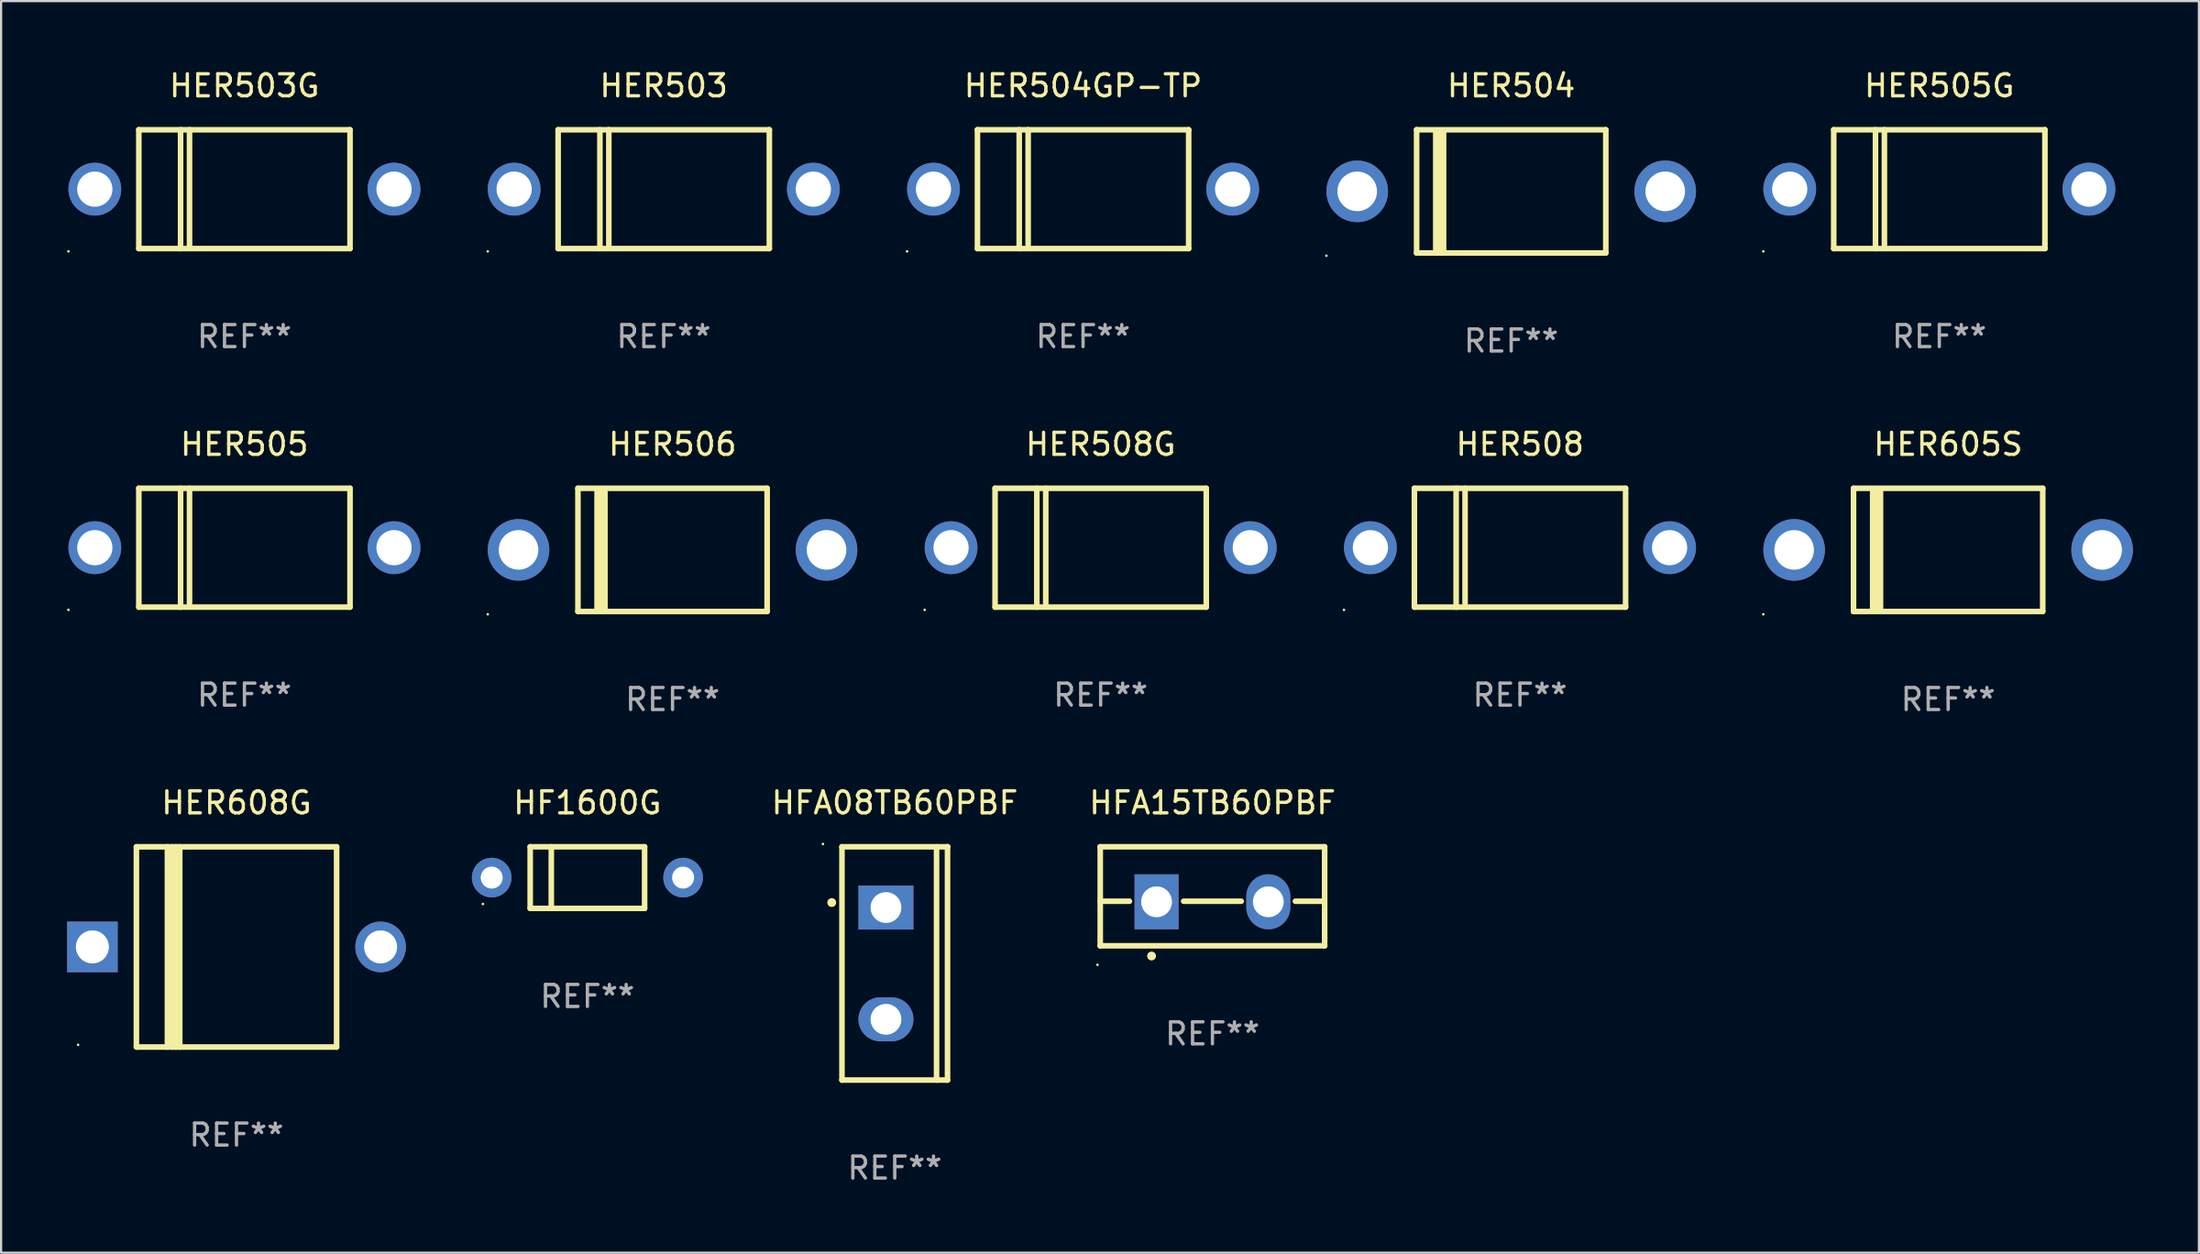
<source format=kicad_pcb>
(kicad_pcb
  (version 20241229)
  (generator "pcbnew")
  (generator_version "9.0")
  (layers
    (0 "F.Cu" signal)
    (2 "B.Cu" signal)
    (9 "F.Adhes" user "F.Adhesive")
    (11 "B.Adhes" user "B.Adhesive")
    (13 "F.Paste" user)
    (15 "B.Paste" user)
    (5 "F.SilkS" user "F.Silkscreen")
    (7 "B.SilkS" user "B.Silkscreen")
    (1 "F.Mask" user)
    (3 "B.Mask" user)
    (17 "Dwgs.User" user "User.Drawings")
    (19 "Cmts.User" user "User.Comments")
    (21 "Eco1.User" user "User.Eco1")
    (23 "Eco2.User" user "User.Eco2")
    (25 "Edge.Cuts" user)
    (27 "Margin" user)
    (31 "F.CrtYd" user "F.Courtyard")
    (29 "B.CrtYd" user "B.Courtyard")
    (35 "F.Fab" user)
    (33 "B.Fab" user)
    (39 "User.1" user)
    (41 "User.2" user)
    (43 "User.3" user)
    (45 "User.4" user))
  (footprint "HFA15TB60PBF"
    (layer "F.Cu")
    (at 52.061 37.691)
    (property "Reference" "HFA15TB60PBF" (at 0 -4.25 0) (layer "F.SilkS") (effects (font (size 1 1) (thickness 0.15))))
    (attr through_hole)
    (fp_line (start -5.1 -2.25) (end -5.1 2.25) (stroke (width 0.254) (type solid)) (layer "F.SilkS"))
    (fp_line (start -5.1 0.224) (end -3.772 0.224) (stroke (width 0.254) (type solid)) (layer "F.SilkS"))
    (fp_line (start -5.1 2.25) (end 5.1 2.25) (stroke (width 0.254) (type solid)) (layer "F.SilkS"))
    (fp_line (start -1.308 0.224) (end 1.309 0.224) (stroke (width 0.254) (type solid)) (layer "F.SilkS"))
    (fp_line (start 3.771 0.224) (end 5.1 0.224) (stroke (width 0.254) (type solid)) (layer "F.SilkS"))
    (fp_line (start 5.1 -2.25) (end -5.1 -2.25) (stroke (width 0.254) (type solid)) (layer "F.SilkS"))
    (fp_line (start 5.1 -2.25) (end 5.1 2.25) (stroke (width 0.254) (type solid)) (layer "F.SilkS"))
    (fp_arc (start -2.768606 2.713805) (mid -2.767336 2.713801) (end -2.766066 2.713805) (stroke (width 0.4) (type solid)) (layer "F.SilkS"))
    (fp_circle (center -5.227 3.114) (end -5.197 3.114) (stroke (width 0.06) (type solid)) (fill no) (layer "F.SilkS"))
    (fp_text user "REF**" (at 0 6.25 0) (layer "F.Fab") (effects (font (size 1 1) (thickness 0.15))))
    (pad "1" thru_hole rect (at -2.54 0.25) (size 2 2.5) (drill 1.4) (layers "*.Cu" "*.Mask"))
    (pad "3" thru_hole oval (at 2.54 0.25) (size 2 2.5) (drill 1.4) (layers "*.Cu" "*.Mask")))
  (footprint "HER506"
    (layer "F.Cu")
    (at 27.52 21.945)
    (property "Reference" "HER506" (at 0 -4.8 0) (layer "F.SilkS") (effects (font (size 1 1) (thickness 0.15))))
    (attr through_hole)
    (fp_line (start -4.3 -2.8) (end -4.3 2.8) (stroke (width 0.254) (type solid)) (layer "F.SilkS"))
    (fp_line (start -4.3 -2.8) (end 4.3 -2.8) (stroke (width 0.254) (type solid)) (layer "F.SilkS"))
    (fp_line (start -4.3 2.8) (end 4.3 2.8) (stroke (width 0.254) (type solid)) (layer "F.SilkS"))
    (fp_line (start -3.442 2.667) (end -3.442 -2.667) (stroke (width 0.229) (type solid)) (layer "F.SilkS"))
    (fp_line (start -3.315 2.667) (end -3.315 -2.667) (stroke (width 0.229) (type solid)) (layer "F.SilkS"))
    (fp_line (start -3.188 2.667) (end -3.188 -2.667) (stroke (width 0.229) (type solid)) (layer "F.SilkS"))
    (fp_line (start -3.061 2.667) (end -3.061 -2.667) (stroke (width 0.229) (type solid)) (layer "F.SilkS"))
    (fp_line (start 4.3 -2.8) (end 4.3 2.8) (stroke (width 0.254) (type solid)) (layer "F.SilkS"))
    (fp_circle (center -8.4 2.927) (end -8.37 2.927) (stroke (width 0.06) (type solid)) (fill no) (layer "F.SilkS"))
    (fp_text user "REF**" (at 0 6.8 0) (layer "F.Fab") (effects (font (size 1 1) (thickness 0.15))))
    (pad "1" thru_hole circle (at -7 0) (size 2.8 2.8) (drill 1.8) (layers "*.Cu" "*.Mask"))
    (pad "2" thru_hole circle (at 7 0) (size 2.8 2.8) (drill 1.8) (layers "*.Cu" "*.Mask")))
  (footprint "HER608G"
    (layer "F.Cu")
    (at 7.7 39.992)
    (property "Reference" "HER608G" (at 0 -6.551 0) (layer "F.SilkS") (effects (font (size 1 1) (thickness 0.15))))
    (attr through_hole)
    (fp_line (start -4.55 -4.55) (end -4.55 4.55) (stroke (width 0.254) (type solid)) (layer "F.SilkS"))
    (fp_line (start -4.55 -4.55) (end 4.55 -4.55) (stroke (width 0.254) (type solid)) (layer "F.SilkS"))
    (fp_line (start -3.14 4.55) (end -3.14 -4.551) (stroke (width 0.254) (type solid)) (layer "F.SilkS"))
    (fp_line (start -2.93 4.55) (end -2.93 -4.551) (stroke (width 0.254) (type solid)) (layer "F.SilkS"))
    (fp_line (start -2.759 4.551) (end -2.759 -4.55) (stroke (width 0.254) (type solid)) (layer "F.SilkS"))
    (fp_line (start -2.58 4.55) (end -2.58 -4.551) (stroke (width 0.254) (type solid)) (layer "F.SilkS"))
    (fp_line (start 4.55 4.55) (end 4.55 -4.55) (stroke (width 0.254) (type solid)) (layer "F.SilkS"))
    (fp_line (start 4.55 4.549) (end -4.55 4.549) (stroke (width 0.254) (type solid)) (layer "F.SilkS"))
    (fp_circle (center -7.2 4.45) (end -7.17 4.45) (stroke (width 0.06) (type solid)) (fill no) (layer "F.SilkS"))
    (fp_text user "REF**" (at 0 8.551 0) (layer "F.Fab") (effects (font (size 1 1) (thickness 0.15))))
    (pad "1" thru_hole rect (at -6.55 -0.000483 180) (size 2.3 2.3) (drill 1.5) (layers "*.Cu" "*.Mask"))
    (pad "2" thru_hole circle (at 6.55 -0.000483) (size 2.3 2.3) (drill 1.5) (layers "*.Cu" "*.Mask")))
  (footprint "HER504GP-TP"
    (layer "F.Cu")
    (at 46.18 5.548)
    (property "Reference" "HER504GP-TP" (at 0 -4.7 0) (layer "F.SilkS") (effects (font (size 1 1) (thickness 0.15))))
    (attr through_hole)
    (fp_line (start -4.8 -2.7) (end -4.8 2.7) (stroke (width 0.254) (type solid)) (layer "F.SilkS"))
    (fp_line (start -4.8 -2.7) (end 4.8 -2.7) (stroke (width 0.254) (type solid)) (layer "F.SilkS"))
    (fp_line (start -2.902 -2.7) (end -2.902 2.7) (stroke (width 0.254) (type solid)) (layer "F.SilkS"))
    (fp_line (start -2.496 -2.7) (end -2.496 2.54) (stroke (width 0.254) (type solid)) (layer "F.SilkS"))
    (fp_line (start 4.8 -2.7) (end 4.8 2.7) (stroke (width 0.254) (type solid)) (layer "F.SilkS"))
    (fp_line (start 4.8 2.7) (end -4.8 2.7) (stroke (width 0.254) (type solid)) (layer "F.SilkS"))
    (fp_circle (center -8 2.827) (end -7.97 2.827) (stroke (width 0.06) (type solid)) (fill no) (layer "F.SilkS"))
    (fp_text user "REF**" (at 0 6.7 0) (layer "F.Fab") (effects (font (size 1 1) (thickness 0.15))))
    (pad "1" thru_hole circle (at -6.8 0) (size 2.4 2.4) (drill 1.6) (layers "*.Cu" "*.Mask"))
    (pad "2" thru_hole circle (at 6.8 0) (size 2.4 2.4) (drill 1.6) (layers "*.Cu" "*.Mask")))
  (footprint "HER605S"
    (layer "F.Cu")
    (at 85.501 21.945)
    (property "Reference" "HER605S" (at 0 -4.8 0) (layer "F.SilkS") (effects (font (size 1 1) (thickness 0.15))))
    (attr through_hole)
    (fp_line (start -4.3 -2.8) (end -4.3 2.8) (stroke (width 0.254) (type solid)) (layer "F.SilkS"))
    (fp_line (start -4.3 -2.8) (end 4.3 -2.8) (stroke (width 0.254) (type solid)) (layer "F.SilkS"))
    (fp_line (start -4.3 2.8) (end 4.3 2.8) (stroke (width 0.254) (type solid)) (layer "F.SilkS"))
    (fp_line (start -3.442 2.667) (end -3.442 -2.667) (stroke (width 0.229) (type solid)) (layer "F.SilkS"))
    (fp_line (start -3.315 2.667) (end -3.315 -2.667) (stroke (width 0.229) (type solid)) (layer "F.SilkS"))
    (fp_line (start -3.188 2.667) (end -3.188 -2.667) (stroke (width 0.229) (type solid)) (layer "F.SilkS"))
    (fp_line (start -3.061 2.667) (end -3.061 -2.667) (stroke (width 0.229) (type solid)) (layer "F.SilkS"))
    (fp_line (start 4.3 -2.8) (end 4.3 2.8) (stroke (width 0.254) (type solid)) (layer "F.SilkS"))
    (fp_circle (center -8.4 2.927) (end -8.37 2.927) (stroke (width 0.06) (type solid)) (fill no) (layer "F.SilkS"))
    (fp_text user "REF**" (at 0 6.8 0) (layer "F.Fab") (effects (font (size 1 1) (thickness 0.15))))
    (pad "1" thru_hole circle (at -7 0) (size 2.8 2.8) (drill 1.8) (layers "*.Cu" "*.Mask"))
    (pad "2" thru_hole circle (at 7 0) (size 2.8 2.8) (drill 1.8) (layers "*.Cu" "*.Mask")))
  (footprint "HER508G"
    (layer "F.Cu")
    (at 46.98 21.845)
    (property "Reference" "HER508G" (at 0 -4.7 0) (layer "F.SilkS") (effects (font (size 1 1) (thickness 0.15))))
    (attr through_hole)
    (fp_line (start -4.8 -2.7) (end -4.8 2.7) (stroke (width 0.254) (type solid)) (layer "F.SilkS"))
    (fp_line (start -4.8 -2.7) (end 4.8 -2.7) (stroke (width 0.254) (type solid)) (layer "F.SilkS"))
    (fp_line (start -2.902 -2.7) (end -2.902 2.7) (stroke (width 0.254) (type solid)) (layer "F.SilkS"))
    (fp_line (start -2.496 -2.7) (end -2.496 2.54) (stroke (width 0.254) (type solid)) (layer "F.SilkS"))
    (fp_line (start 4.8 -2.7) (end 4.8 2.7) (stroke (width 0.254) (type solid)) (layer "F.SilkS"))
    (fp_line (start 4.8 2.7) (end -4.8 2.7) (stroke (width 0.254) (type solid)) (layer "F.SilkS"))
    (fp_circle (center -8 2.827) (end -7.97 2.827) (stroke (width 0.06) (type solid)) (fill no) (layer "F.SilkS"))
    (fp_text user "REF**" (at 0 6.7 0) (layer "F.Fab") (effects (font (size 1 1) (thickness 0.15))))
    (pad "1" thru_hole circle (at -6.8 0) (size 2.4 2.4) (drill 1.6) (layers "*.Cu" "*.Mask"))
    (pad "2" thru_hole circle (at 6.8 0) (size 2.4 2.4) (drill 1.6) (layers "*.Cu" "*.Mask")))
  (footprint "HER505G"
    (layer "F.Cu")
    (at 85.101 5.548)
    (property "Reference" "HER505G" (at 0 -4.7 0) (layer "F.SilkS") (effects (font (size 1 1) (thickness 0.15))))
    (attr through_hole)
    (fp_line (start -4.8 -2.7) (end -4.8 2.7) (stroke (width 0.254) (type solid)) (layer "F.SilkS"))
    (fp_line (start -4.8 -2.7) (end 4.8 -2.7) (stroke (width 0.254) (type solid)) (layer "F.SilkS"))
    (fp_line (start -2.902 -2.7) (end -2.902 2.7) (stroke (width 0.254) (type solid)) (layer "F.SilkS"))
    (fp_line (start -2.496 -2.7) (end -2.496 2.54) (stroke (width 0.254) (type solid)) (layer "F.SilkS"))
    (fp_line (start 4.8 -2.7) (end 4.8 2.7) (stroke (width 0.254) (type solid)) (layer "F.SilkS"))
    (fp_line (start 4.8 2.7) (end -4.8 2.7) (stroke (width 0.254) (type solid)) (layer "F.SilkS"))
    (fp_circle (center -8 2.827) (end -7.97 2.827) (stroke (width 0.06) (type solid)) (fill no) (layer "F.SilkS"))
    (fp_text user "REF**" (at 0 6.7 0) (layer "F.Fab") (effects (font (size 1 1) (thickness 0.15))))
    (pad "1" thru_hole circle (at -6.8 0) (size 2.4 2.4) (drill 1.6) (layers "*.Cu" "*.Mask"))
    (pad "2" thru_hole circle (at 6.8 0) (size 2.4 2.4) (drill 1.6) (layers "*.Cu" "*.Mask")))
  (footprint "HF1600G"
    (layer "F.Cu")
    (at 23.65 36.841)
    (property "Reference" "HF1600G" (at 0 -3.4 0) (layer "F.SilkS") (effects (font (size 1 1) (thickness 0.15))))
    (attr through_hole)
    (fp_line (start -2.6 -1.4) (end -2.6 1.4) (stroke (width 0.254) (type solid)) (layer "F.SilkS"))
    (fp_line (start -2.6 -1.4) (end 2.6 -1.4) (stroke (width 0.254) (type solid)) (layer "F.SilkS"))
    (fp_line (start -2.6 1.4) (end 2.6 1.4) (stroke (width 0.254) (type solid)) (layer "F.SilkS"))
    (fp_line (start -1.641 -1.4) (end -1.641 1.4) (stroke (width 0.254) (type solid)) (layer "F.SilkS"))
    (fp_line (start 2.6 -1.4) (end 2.6 1.4) (stroke (width 0.254) (type solid)) (layer "F.SilkS"))
    (fp_circle (center -4.75 1.2) (end -4.72 1.2) (stroke (width 0.06) (type solid)) (fill no) (layer "F.SilkS"))
    (fp_text user "REF**" (at 0 5.4 0) (layer "F.Fab") (effects (font (size 1 1) (thickness 0.15))))
    (pad "1" thru_hole circle (at -4.35 0) (size 1.8 1.8) (drill 1) (layers "*.Cu" "*.Mask"))
    (pad "2" thru_hole circle (at 4.35 0) (size 1.8 1.8) (drill 1) (layers "*.Cu" "*.Mask")))
  (footprint "HFA08TB60PBF"
    (layer "F.Cu")
    (at 37.62 40.742)
    (property "Reference" "HFA08TB60PBF" (at 0 -7.301 0) (layer "F.SilkS") (effects (font (size 1 1) (thickness 0.15))))
    (attr through_hole)
    (fp_line (start -2.399 -5.301) (end 2.394 -5.301) (stroke (width 0.254) (type solid)) (layer "F.SilkS"))
    (fp_line (start -2.399 5.301) (end -2.399 -5.301) (stroke (width 0.254) (type solid)) (layer "F.SilkS"))
    (fp_line (start 1.9 5.3) (end 1.9 -5.3) (stroke (width 0.254) (type solid)) (layer "F.SilkS"))
    (fp_line (start 2.394 -5.301) (end 2.399 -5.301) (stroke (width 0.254) (type solid)) (layer "F.SilkS"))
    (fp_line (start 2.399 -5.301) (end 2.399 5.301) (stroke (width 0.254) (type solid)) (layer "F.SilkS"))
    (fp_line (start 2.399 5.301) (end -2.399 5.301) (stroke (width 0.254) (type solid)) (layer "F.SilkS"))
    (fp_arc (start -2.863843 -2.766066) (mid -2.863847 -2.767336) (end -2.863843 -2.768606) (stroke (width 0.4) (type solid)) (layer "F.SilkS"))
    (fp_circle (center -3.264 -5.428) (end -3.234 -5.428) (stroke (width 0.06) (type solid)) (fill no) (layer "F.SilkS"))
    (fp_text user "REF**" (at 0 9.301 0) (layer "F.Fab") (effects (font (size 1 1) (thickness 0.15))))
    (pad "1" thru_hole rect (at -0.4 -2.54 270) (size 2 2.5) (drill 1.4) (layers "*.Cu" "*.Mask"))
    (pad "2" thru_hole oval (at -0.4 2.54 270) (size 2 2.5) (drill 1.4) (layers "*.Cu" "*.Mask")))
  (footprint "HER505"
    (layer "F.Cu")
    (at 8.06 21.845)
    (property "Reference" "HER505" (at 0 -4.7 0) (layer "F.SilkS") (effects (font (size 1 1) (thickness 0.15))))
    (attr through_hole)
    (fp_line (start -4.8 -2.7) (end -4.8 2.7) (stroke (width 0.254) (type solid)) (layer "F.SilkS"))
    (fp_line (start -4.8 -2.7) (end 4.8 -2.7) (stroke (width 0.254) (type solid)) (layer "F.SilkS"))
    (fp_line (start -2.902 -2.7) (end -2.902 2.7) (stroke (width 0.254) (type solid)) (layer "F.SilkS"))
    (fp_line (start -2.496 -2.7) (end -2.496 2.54) (stroke (width 0.254) (type solid)) (layer "F.SilkS"))
    (fp_line (start 4.8 -2.7) (end 4.8 2.7) (stroke (width 0.254) (type solid)) (layer "F.SilkS"))
    (fp_line (start 4.8 2.7) (end -4.8 2.7) (stroke (width 0.254) (type solid)) (layer "F.SilkS"))
    (fp_circle (center -8 2.827) (end -7.97 2.827) (stroke (width 0.06) (type solid)) (fill no) (layer "F.SilkS"))
    (fp_text user "REF**" (at 0 6.7 0) (layer "F.Fab") (effects (font (size 1 1) (thickness 0.15))))
    (pad "1" thru_hole circle (at -6.8 0) (size 2.4 2.4) (drill 1.6) (layers "*.Cu" "*.Mask"))
    (pad "2" thru_hole circle (at 6.8 0) (size 2.4 2.4) (drill 1.6) (layers "*.Cu" "*.Mask")))
  (footprint "HER503G"
    (layer "F.Cu")
    (at 8.06 5.548)
    (property "Reference" "HER503G" (at 0 -4.7 0) (layer "F.SilkS") (effects (font (size 1 1) (thickness 0.15))))
    (attr through_hole)
    (fp_line (start -4.8 -2.7) (end -4.8 2.7) (stroke (width 0.254) (type solid)) (layer "F.SilkS"))
    (fp_line (start -4.8 -2.7) (end 4.8 -2.7) (stroke (width 0.254) (type solid)) (layer "F.SilkS"))
    (fp_line (start -2.902 -2.7) (end -2.902 2.7) (stroke (width 0.254) (type solid)) (layer "F.SilkS"))
    (fp_line (start -2.496 -2.7) (end -2.496 2.54) (stroke (width 0.254) (type solid)) (layer "F.SilkS"))
    (fp_line (start 4.8 -2.7) (end 4.8 2.7) (stroke (width 0.254) (type solid)) (layer "F.SilkS"))
    (fp_line (start 4.8 2.7) (end -4.8 2.7) (stroke (width 0.254) (type solid)) (layer "F.SilkS"))
    (fp_circle (center -8 2.827) (end -7.97 2.827) (stroke (width 0.06) (type solid)) (fill no) (layer "F.SilkS"))
    (fp_text user "REF**" (at 0 6.7 0) (layer "F.Fab") (effects (font (size 1 1) (thickness 0.15))))
    (pad "1" thru_hole circle (at -6.8 0) (size 2.4 2.4) (drill 1.6) (layers "*.Cu" "*.Mask"))
    (pad "2" thru_hole circle (at 6.8 0) (size 2.4 2.4) (drill 1.6) (layers "*.Cu" "*.Mask")))
  (footprint "HER504"
    (layer "F.Cu")
    (at 65.641 5.648)
    (property "Reference" "HER504" (at 0 -4.8 0) (layer "F.SilkS") (effects (font (size 1 1) (thickness 0.15))))
    (attr through_hole)
    (fp_line (start -4.3 -2.8) (end -4.3 2.8) (stroke (width 0.254) (type solid)) (layer "F.SilkS"))
    (fp_line (start -4.3 -2.8) (end 4.3 -2.8) (stroke (width 0.254) (type solid)) (layer "F.SilkS"))
    (fp_line (start -4.3 2.8) (end 4.3 2.8) (stroke (width 0.254) (type solid)) (layer "F.SilkS"))
    (fp_line (start -3.442 2.667) (end -3.442 -2.667) (stroke (width 0.229) (type solid)) (layer "F.SilkS"))
    (fp_line (start -3.315 2.667) (end -3.315 -2.667) (stroke (width 0.229) (type solid)) (layer "F.SilkS"))
    (fp_line (start -3.188 2.667) (end -3.188 -2.667) (stroke (width 0.229) (type solid)) (layer "F.SilkS"))
    (fp_line (start -3.061 2.667) (end -3.061 -2.667) (stroke (width 0.229) (type solid)) (layer "F.SilkS"))
    (fp_line (start 4.3 -2.8) (end 4.3 2.8) (stroke (width 0.254) (type solid)) (layer "F.SilkS"))
    (fp_circle (center -8.4 2.927) (end -8.37 2.927) (stroke (width 0.06) (type solid)) (fill no) (layer "F.SilkS"))
    (fp_text user "REF**" (at 0 6.8 0) (layer "F.Fab") (effects (font (size 1 1) (thickness 0.15))))
    (pad "1" thru_hole circle (at -7 0) (size 2.8 2.8) (drill 1.8) (layers "*.Cu" "*.Mask"))
    (pad "2" thru_hole circle (at 7 0) (size 2.8 2.8) (drill 1.8) (layers "*.Cu" "*.Mask")))
  (footprint "HER503"
    (layer "F.Cu")
    (at 27.12 5.548)
    (property "Reference" "HER503" (at 0 -4.7 0) (layer "F.SilkS") (effects (font (size 1 1) (thickness 0.15))))
    (attr through_hole)
    (fp_line (start -4.8 -2.7) (end -4.8 2.7) (stroke (width 0.254) (type solid)) (layer "F.SilkS"))
    (fp_line (start -4.8 -2.7) (end 4.8 -2.7) (stroke (width 0.254) (type solid)) (layer "F.SilkS"))
    (fp_line (start -2.902 -2.7) (end -2.902 2.7) (stroke (width 0.254) (type solid)) (layer "F.SilkS"))
    (fp_line (start -2.496 -2.7) (end -2.496 2.54) (stroke (width 0.254) (type solid)) (layer "F.SilkS"))
    (fp_line (start 4.8 -2.7) (end 4.8 2.7) (stroke (width 0.254) (type solid)) (layer "F.SilkS"))
    (fp_line (start 4.8 2.7) (end -4.8 2.7) (stroke (width 0.254) (type solid)) (layer "F.SilkS"))
    (fp_circle (center -8 2.827) (end -7.97 2.827) (stroke (width 0.06) (type solid)) (fill no) (layer "F.SilkS"))
    (fp_text user "REF**" (at 0 6.7 0) (layer "F.Fab") (effects (font (size 1 1) (thickness 0.15))))
    (pad "1" thru_hole circle (at -6.8 0) (size 2.4 2.4) (drill 1.6) (layers "*.Cu" "*.Mask"))
    (pad "2" thru_hole circle (at 6.8 0) (size 2.4 2.4) (drill 1.6) (layers "*.Cu" "*.Mask")))
  (footprint "HER508"
    (layer "F.Cu")
    (at 66.04 21.845)
    (property "Reference" "HER508" (at 0 -4.7 0) (layer "F.SilkS") (effects (font (size 1 1) (thickness 0.15))))
    (attr through_hole)
    (fp_line (start -4.8 -2.7) (end -4.8 2.7) (stroke (width 0.254) (type solid)) (layer "F.SilkS"))
    (fp_line (start -4.8 -2.7) (end 4.8 -2.7) (stroke (width 0.254) (type solid)) (layer "F.SilkS"))
    (fp_line (start -2.902 -2.7) (end -2.902 2.7) (stroke (width 0.254) (type solid)) (layer "F.SilkS"))
    (fp_line (start -2.496 -2.7) (end -2.496 2.54) (stroke (width 0.254) (type solid)) (layer "F.SilkS"))
    (fp_line (start 4.8 -2.7) (end 4.8 2.7) (stroke (width 0.254) (type solid)) (layer "F.SilkS"))
    (fp_line (start 4.8 2.7) (end -4.8 2.7) (stroke (width 0.254) (type solid)) (layer "F.SilkS"))
    (fp_circle (center -8 2.827) (end -7.97 2.827) (stroke (width 0.06) (type solid)) (fill no) (layer "F.SilkS"))
    (fp_text user "REF**" (at 0 6.7 0) (layer "F.Fab") (effects (font (size 1 1) (thickness 0.15))))
    (pad "1" thru_hole circle (at -6.8 0) (size 2.4 2.4) (drill 1.6) (layers "*.Cu" "*.Mask"))
    (pad "2" thru_hole circle (at 6.8 0) (size 2.4 2.4) (drill 1.6) (layers "*.Cu" "*.Mask")))
  (gr_rect
    (start -3 -3)
    (end 96.901 53.892)
    (stroke (width 0.1) (type default))
    (fill no)
    (layer "Edge.Cuts")))
</source>
